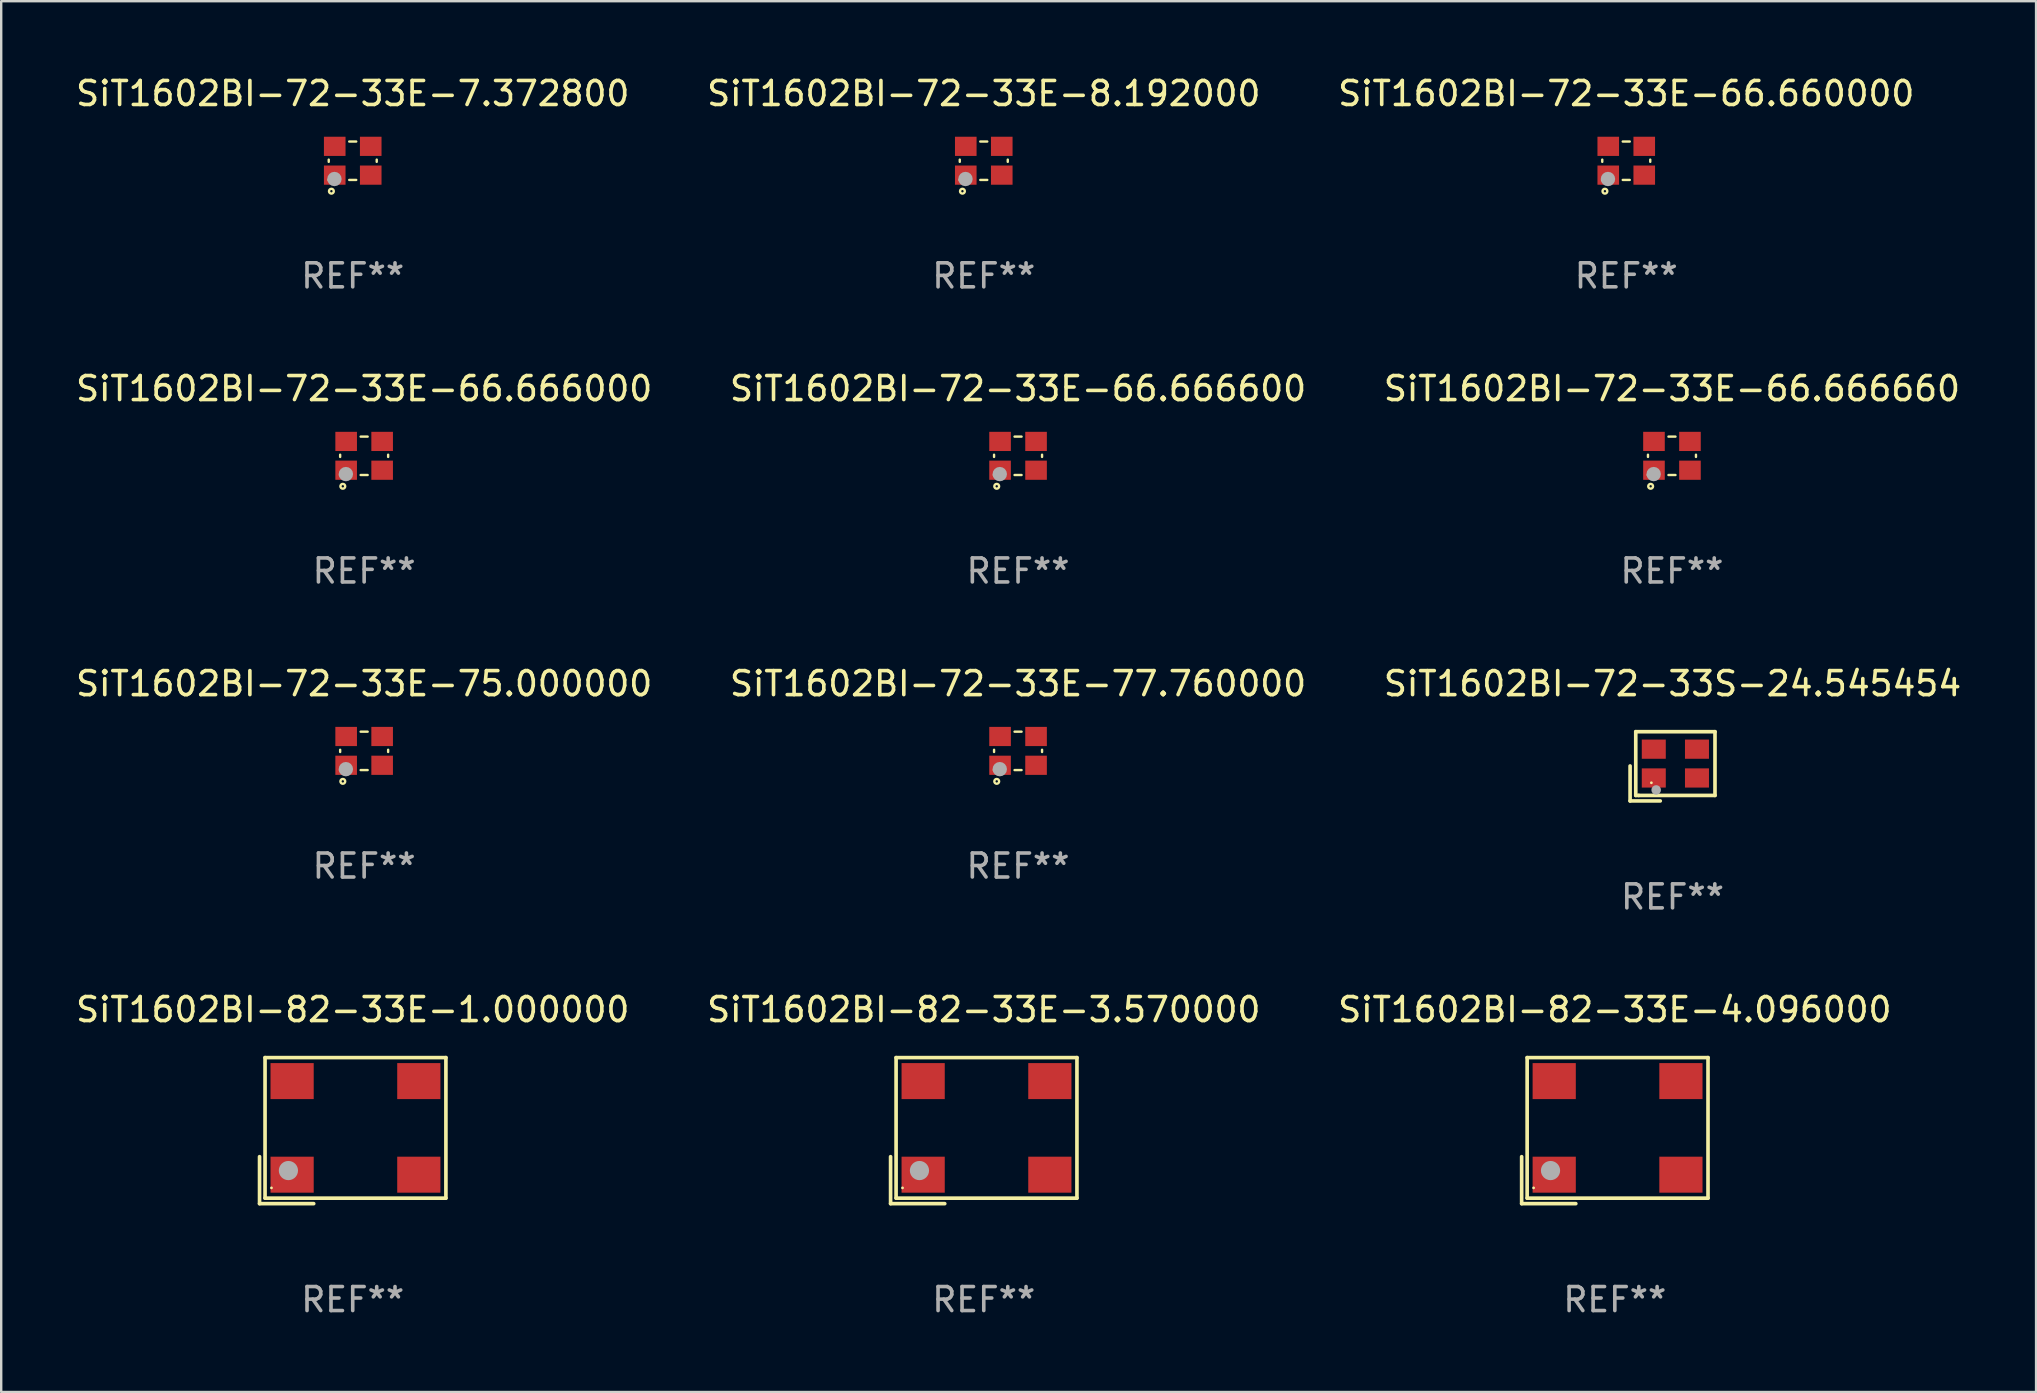
<source format=kicad_pcb>
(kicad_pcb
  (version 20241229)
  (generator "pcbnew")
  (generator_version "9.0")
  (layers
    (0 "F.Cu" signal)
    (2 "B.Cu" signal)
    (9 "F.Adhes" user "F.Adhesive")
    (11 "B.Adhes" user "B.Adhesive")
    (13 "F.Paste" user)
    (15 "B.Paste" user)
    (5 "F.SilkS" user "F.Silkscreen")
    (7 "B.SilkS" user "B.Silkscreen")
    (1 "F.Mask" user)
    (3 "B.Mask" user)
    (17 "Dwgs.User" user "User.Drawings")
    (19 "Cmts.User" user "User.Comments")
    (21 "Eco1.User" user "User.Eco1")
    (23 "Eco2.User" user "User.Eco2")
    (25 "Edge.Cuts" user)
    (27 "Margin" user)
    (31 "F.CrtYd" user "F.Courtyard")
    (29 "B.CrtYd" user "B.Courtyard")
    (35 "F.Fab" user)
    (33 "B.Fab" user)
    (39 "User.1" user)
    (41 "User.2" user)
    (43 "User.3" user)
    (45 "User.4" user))
  (footprint "SiT1602BI-72-33S-24.545454"
    (layer "F.Cu")
    (at 66.649 28.884)
    (property "Reference" "SiT1602BI-72-33S-24.545454" (at 0 -3.443 0) (layer "F.SilkS") (effects (font (size 1 1) (thickness 0.15))))
    (attr through_hole)
    (fp_line (start -1.769 -0.014) (end -1.769 1.443) (stroke (width 0.152) (type solid)) (layer "F.SilkS"))
    (fp_line (start -1.769 1.443) (end -0.512 1.443) (stroke (width 0.152) (type solid)) (layer "F.SilkS"))
    (fp_line (start -1.533 -1.443) (end 1.769 -1.443) (stroke (width 0.152) (type solid)) (layer "F.SilkS"))
    (fp_line (start -1.533 1.214) (end -1.533 -1.443) (stroke (width 0.152) (type solid)) (layer "F.SilkS"))
    (fp_line (start -1.411 1.214) (end -1.533 1.214) (stroke (width 0.152) (type solid)) (layer "F.SilkS"))
    (fp_line (start 1.769 -1.443) (end 1.769 1.214) (stroke (width 0.152) (type solid)) (layer "F.SilkS"))
    (fp_line (start 1.769 1.214) (end -1.411 1.214) (stroke (width 0.152) (type solid)) (layer "F.SilkS"))
    (fp_circle (center -0.882 0.686) (end -0.852 0.686) (stroke (width 0.06) (type solid)) (fill no) (layer "F.SilkS"))
    (fp_circle (center -0.682 0.986) (end -0.582 0.986) (stroke (width 0.2) (type solid)) (fill no) (layer "F.Fab"))
    (fp_text user "REF**" (at 0 5.443 0) (layer "F.Fab") (effects (font (size 1 1) (thickness 0.15))))
    (pad "1" smd rect (at -0.782 0.486 90) (size 0.8 1) (layers "F.Cu" "F.Mask" "F.Paste"))
    (pad "2" smd rect (at 1.018 0.486 90) (size 0.8 1) (layers "F.Cu" "F.Mask" "F.Paste"))
    (pad "3" smd rect (at 1.018 -0.714 90) (size 0.8 1) (layers "F.Cu" "F.Mask" "F.Paste"))
    (pad "4" smd rect (at -0.782 -0.714 90) (size 0.8 1) (layers "F.Cu" "F.Mask" "F.Paste")))
  (footprint "SiT1602BI-72-33E-75.000000"
    (layer "F.Cu")
    (at 12.125 28.241)
    (property "Reference" "SiT1602BI-72-33E-75.000000" (at 0 -2.8 0) (layer "F.SilkS") (effects (font (size 1 1) (thickness 0.15))))
    (attr through_hole)
    (fp_line (start -1 -0.046) (end -1 0.046) (stroke (width 0.1) (type solid)) (layer "F.SilkS"))
    (fp_line (start -0.146 -0.8) (end 0.146 -0.8) (stroke (width 0.1) (type solid)) (layer "F.SilkS"))
    (fp_line (start -0.146 0.8) (end 0.146 0.8) (stroke (width 0.1) (type solid)) (layer "F.SilkS"))
    (fp_line (start 1 -0.046) (end 1 0.046) (stroke (width 0.1) (type solid)) (layer "F.SilkS"))
    (fp_circle (center -1 0.8) (end -0.97 0.8) (stroke (width 0.06) (type solid)) (fill no) (layer "F.SilkS"))
    (fp_circle (center -0.889 1.27) (end -0.789 1.27) (stroke (width 0.1) (type solid)) (fill no) (layer "F.SilkS"))
    (fp_circle (center -0.762 0.762) (end -0.612 0.762) (stroke (width 0.3) (type solid)) (fill no) (layer "F.Fab"))
    (fp_text user "REF**" (at 0 4.8 0) (layer "F.Fab") (effects (font (size 1 1) (thickness 0.15))))
    (pad "1" smd rect (at -0.75 0.6) (size 0.9 0.8) (layers "F.Cu" "F.Mask" "F.Paste"))
    (pad "2" smd rect (at 0.75 0.6) (size 0.9 0.8) (layers "F.Cu" "F.Mask" "F.Paste"))
    (pad "3" smd rect (at 0.75 -0.6) (size 0.9 0.8) (layers "F.Cu" "F.Mask" "F.Paste"))
    (pad "4" smd rect (at -0.75 -0.6) (size 0.9 0.8) (layers "F.Cu" "F.Mask" "F.Paste")))
  (footprint "SiT1602BI-72-33E-8.192000"
    (layer "F.Cu")
    (at 37.946 3.648)
    (property "Reference" "SiT1602BI-72-33E-8.192000" (at 0 -2.8 0) (layer "F.SilkS") (effects (font (size 1 1) (thickness 0.15))))
    (attr through_hole)
    (fp_line (start -1 -0.046) (end -1 0.046) (stroke (width 0.1) (type solid)) (layer "F.SilkS"))
    (fp_line (start -0.146 -0.8) (end 0.146 -0.8) (stroke (width 0.1) (type solid)) (layer "F.SilkS"))
    (fp_line (start -0.146 0.8) (end 0.146 0.8) (stroke (width 0.1) (type solid)) (layer "F.SilkS"))
    (fp_line (start 1 -0.046) (end 1 0.046) (stroke (width 0.1) (type solid)) (layer "F.SilkS"))
    (fp_circle (center -1 0.8) (end -0.97 0.8) (stroke (width 0.06) (type solid)) (fill no) (layer "F.SilkS"))
    (fp_circle (center -0.889 1.27) (end -0.789 1.27) (stroke (width 0.1) (type solid)) (fill no) (layer "F.SilkS"))
    (fp_circle (center -0.762 0.762) (end -0.612 0.762) (stroke (width 0.3) (type solid)) (fill no) (layer "F.Fab"))
    (fp_text user "REF**" (at 0 4.8 0) (layer "F.Fab") (effects (font (size 1 1) (thickness 0.15))))
    (pad "1" smd rect (at -0.75 0.6) (size 0.9 0.8) (layers "F.Cu" "F.Mask" "F.Paste"))
    (pad "2" smd rect (at 0.75 0.6) (size 0.9 0.8) (layers "F.Cu" "F.Mask" "F.Paste"))
    (pad "3" smd rect (at 0.75 -0.6) (size 0.9 0.8) (layers "F.Cu" "F.Mask" "F.Paste"))
    (pad "4" smd rect (at -0.75 -0.6) (size 0.9 0.8) (layers "F.Cu" "F.Mask" "F.Paste")))
  (footprint "SiT1602BI-72-33E-66.660000"
    (layer "F.Cu")
    (at 64.72 3.648)
    (property "Reference" "SiT1602BI-72-33E-66.660000" (at 0 -2.8 0) (layer "F.SilkS") (effects (font (size 1 1) (thickness 0.15))))
    (attr through_hole)
    (fp_line (start -1 -0.046) (end -1 0.046) (stroke (width 0.1) (type solid)) (layer "F.SilkS"))
    (fp_line (start -0.146 -0.8) (end 0.146 -0.8) (stroke (width 0.1) (type solid)) (layer "F.SilkS"))
    (fp_line (start -0.146 0.8) (end 0.146 0.8) (stroke (width 0.1) (type solid)) (layer "F.SilkS"))
    (fp_line (start 1 -0.046) (end 1 0.046) (stroke (width 0.1) (type solid)) (layer "F.SilkS"))
    (fp_circle (center -1 0.8) (end -0.97 0.8) (stroke (width 0.06) (type solid)) (fill no) (layer "F.SilkS"))
    (fp_circle (center -0.889 1.27) (end -0.789 1.27) (stroke (width 0.1) (type solid)) (fill no) (layer "F.SilkS"))
    (fp_circle (center -0.762 0.762) (end -0.612 0.762) (stroke (width 0.3) (type solid)) (fill no) (layer "F.Fab"))
    (fp_text user "REF**" (at 0 4.8 0) (layer "F.Fab") (effects (font (size 1 1) (thickness 0.15))))
    (pad "1" smd rect (at -0.75 0.6) (size 0.9 0.8) (layers "F.Cu" "F.Mask" "F.Paste"))
    (pad "2" smd rect (at 0.75 0.6) (size 0.9 0.8) (layers "F.Cu" "F.Mask" "F.Paste"))
    (pad "3" smd rect (at 0.75 -0.6) (size 0.9 0.8) (layers "F.Cu" "F.Mask" "F.Paste"))
    (pad "4" smd rect (at -0.75 -0.6) (size 0.9 0.8) (layers "F.Cu" "F.Mask" "F.Paste")))
  (footprint "SiT1602BI-82-33E-3.570000"
    (layer "F.Cu")
    (at 37.946 44.066)
    (property "Reference" "SiT1602BI-82-33E-3.570000" (at 0 -5.043 0) (layer "F.SilkS") (effects (font (size 1 1) (thickness 0.15))))
    (attr through_hole)
    (fp_line (start -3.883 1.086) (end -3.883 3.043) (stroke (width 0.152) (type solid)) (layer "F.SilkS"))
    (fp_line (start -3.883 3.043) (end -1.626 3.043) (stroke (width 0.152) (type solid)) (layer "F.SilkS"))
    (fp_line (start -3.654 -3.043) (end 3.883 -3.043) (stroke (width 0.152) (type solid)) (layer "F.SilkS"))
    (fp_line (start -3.654 2.814) (end -3.654 -3.043) (stroke (width 0.152) (type solid)) (layer "F.SilkS"))
    (fp_line (start 3.883 -3.043) (end 3.883 2.814) (stroke (width 0.152) (type solid)) (layer "F.SilkS"))
    (fp_line (start 3.883 2.814) (end -3.654 2.814) (stroke (width 0.152) (type solid)) (layer "F.SilkS"))
    (fp_circle (center -3.386 2.386) (end -3.356 2.386) (stroke (width 0.06) (type solid)) (fill no) (layer "F.SilkS"))
    (fp_circle (center -2.68 1.664) (end -2.48 1.664) (stroke (width 0.4) (type solid)) (fill no) (layer "F.Fab"))
    (fp_text user "REF**" (at 0 7.043 0) (layer "F.Fab") (effects (font (size 1 1) (thickness 0.15))))
    (pad "1" smd rect (at -2.526 1.836) (size 1.8 1.5) (layers "F.Cu" "F.Mask" "F.Paste"))
    (pad "2" smd rect (at 2.754 1.836) (size 1.8 1.5) (layers "F.Cu" "F.Mask" "F.Paste"))
    (pad "3" smd rect (at 2.754 -2.064) (size 1.8 1.5) (layers "F.Cu" "F.Mask" "F.Paste"))
    (pad "4" smd rect (at -2.526 -2.064) (size 1.8 1.5) (layers "F.Cu" "F.Mask" "F.Paste")))
  (footprint "SiT1602BI-72-33E-66.666660"
    (layer "F.Cu")
    (at 66.625 15.945)
    (property "Reference" "SiT1602BI-72-33E-66.666660" (at 0 -2.8 0) (layer "F.SilkS") (effects (font (size 1 1) (thickness 0.15))))
    (attr through_hole)
    (fp_line (start -1 -0.046) (end -1 0.046) (stroke (width 0.1) (type solid)) (layer "F.SilkS"))
    (fp_line (start -0.146 -0.8) (end 0.146 -0.8) (stroke (width 0.1) (type solid)) (layer "F.SilkS"))
    (fp_line (start -0.146 0.8) (end 0.146 0.8) (stroke (width 0.1) (type solid)) (layer "F.SilkS"))
    (fp_line (start 1 -0.046) (end 1 0.046) (stroke (width 0.1) (type solid)) (layer "F.SilkS"))
    (fp_circle (center -1 0.8) (end -0.97 0.8) (stroke (width 0.06) (type solid)) (fill no) (layer "F.SilkS"))
    (fp_circle (center -0.889 1.27) (end -0.789 1.27) (stroke (width 0.1) (type solid)) (fill no) (layer "F.SilkS"))
    (fp_circle (center -0.762 0.762) (end -0.612 0.762) (stroke (width 0.3) (type solid)) (fill no) (layer "F.Fab"))
    (fp_text user "REF**" (at 0 4.8 0) (layer "F.Fab") (effects (font (size 1 1) (thickness 0.15))))
    (pad "1" smd rect (at -0.75 0.6) (size 0.9 0.8) (layers "F.Cu" "F.Mask" "F.Paste"))
    (pad "2" smd rect (at 0.75 0.6) (size 0.9 0.8) (layers "F.Cu" "F.Mask" "F.Paste"))
    (pad "3" smd rect (at 0.75 -0.6) (size 0.9 0.8) (layers "F.Cu" "F.Mask" "F.Paste"))
    (pad "4" smd rect (at -0.75 -0.6) (size 0.9 0.8) (layers "F.Cu" "F.Mask" "F.Paste")))
  (footprint "SiT1602BI-82-33E-4.096000"
    (layer "F.Cu")
    (at 64.244 44.066)
    (property "Reference" "SiT1602BI-82-33E-4.096000" (at 0 -5.043 0) (layer "F.SilkS") (effects (font (size 1 1) (thickness 0.15))))
    (attr through_hole)
    (fp_line (start -3.883 1.086) (end -3.883 3.043) (stroke (width 0.152) (type solid)) (layer "F.SilkS"))
    (fp_line (start -3.883 3.043) (end -1.626 3.043) (stroke (width 0.152) (type solid)) (layer "F.SilkS"))
    (fp_line (start -3.654 -3.043) (end 3.883 -3.043) (stroke (width 0.152) (type solid)) (layer "F.SilkS"))
    (fp_line (start -3.654 2.814) (end -3.654 -3.043) (stroke (width 0.152) (type solid)) (layer "F.SilkS"))
    (fp_line (start 3.883 -3.043) (end 3.883 2.814) (stroke (width 0.152) (type solid)) (layer "F.SilkS"))
    (fp_line (start 3.883 2.814) (end -3.654 2.814) (stroke (width 0.152) (type solid)) (layer "F.SilkS"))
    (fp_circle (center -3.386 2.386) (end -3.356 2.386) (stroke (width 0.06) (type solid)) (fill no) (layer "F.SilkS"))
    (fp_circle (center -2.68 1.664) (end -2.48 1.664) (stroke (width 0.4) (type solid)) (fill no) (layer "F.Fab"))
    (fp_text user "REF**" (at 0 7.043 0) (layer "F.Fab") (effects (font (size 1 1) (thickness 0.15))))
    (pad "1" smd rect (at -2.526 1.836) (size 1.8 1.5) (layers "F.Cu" "F.Mask" "F.Paste"))
    (pad "2" smd rect (at 2.754 1.836) (size 1.8 1.5) (layers "F.Cu" "F.Mask" "F.Paste"))
    (pad "3" smd rect (at 2.754 -2.064) (size 1.8 1.5) (layers "F.Cu" "F.Mask" "F.Paste"))
    (pad "4" smd rect (at -2.526 -2.064) (size 1.8 1.5) (layers "F.Cu" "F.Mask" "F.Paste")))
  (footprint "SiT1602BI-72-33E-77.760000"
    (layer "F.Cu")
    (at 39.375 28.241)
    (property "Reference" "SiT1602BI-72-33E-77.760000" (at 0 -2.8 0) (layer "F.SilkS") (effects (font (size 1 1) (thickness 0.15))))
    (attr through_hole)
    (fp_line (start -1 -0.046) (end -1 0.046) (stroke (width 0.1) (type solid)) (layer "F.SilkS"))
    (fp_line (start -0.146 -0.8) (end 0.146 -0.8) (stroke (width 0.1) (type solid)) (layer "F.SilkS"))
    (fp_line (start -0.146 0.8) (end 0.146 0.8) (stroke (width 0.1) (type solid)) (layer "F.SilkS"))
    (fp_line (start 1 -0.046) (end 1 0.046) (stroke (width 0.1) (type solid)) (layer "F.SilkS"))
    (fp_circle (center -1 0.8) (end -0.97 0.8) (stroke (width 0.06) (type solid)) (fill no) (layer "F.SilkS"))
    (fp_circle (center -0.889 1.27) (end -0.789 1.27) (stroke (width 0.1) (type solid)) (fill no) (layer "F.SilkS"))
    (fp_circle (center -0.762 0.762) (end -0.612 0.762) (stroke (width 0.3) (type solid)) (fill no) (layer "F.Fab"))
    (fp_text user "REF**" (at 0 4.8 0) (layer "F.Fab") (effects (font (size 1 1) (thickness 0.15))))
    (pad "1" smd rect (at -0.75 0.6) (size 0.9 0.8) (layers "F.Cu" "F.Mask" "F.Paste"))
    (pad "2" smd rect (at 0.75 0.6) (size 0.9 0.8) (layers "F.Cu" "F.Mask" "F.Paste"))
    (pad "3" smd rect (at 0.75 -0.6) (size 0.9 0.8) (layers "F.Cu" "F.Mask" "F.Paste"))
    (pad "4" smd rect (at -0.75 -0.6) (size 0.9 0.8) (layers "F.Cu" "F.Mask" "F.Paste")))
  (footprint "SiT1602BI-72-33E-7.372800"
    (layer "F.Cu")
    (at 11.649 3.648)
    (property "Reference" "SiT1602BI-72-33E-7.372800" (at 0 -2.8 0) (layer "F.SilkS") (effects (font (size 1 1) (thickness 0.15))))
    (attr through_hole)
    (fp_line (start -1 -0.046) (end -1 0.046) (stroke (width 0.1) (type solid)) (layer "F.SilkS"))
    (fp_line (start -0.146 -0.8) (end 0.146 -0.8) (stroke (width 0.1) (type solid)) (layer "F.SilkS"))
    (fp_line (start -0.146 0.8) (end 0.146 0.8) (stroke (width 0.1) (type solid)) (layer "F.SilkS"))
    (fp_line (start 1 -0.046) (end 1 0.046) (stroke (width 0.1) (type solid)) (layer "F.SilkS"))
    (fp_circle (center -1 0.8) (end -0.97 0.8) (stroke (width 0.06) (type solid)) (fill no) (layer "F.SilkS"))
    (fp_circle (center -0.889 1.27) (end -0.789 1.27) (stroke (width 0.1) (type solid)) (fill no) (layer "F.SilkS"))
    (fp_circle (center -0.762 0.762) (end -0.612 0.762) (stroke (width 0.3) (type solid)) (fill no) (layer "F.Fab"))
    (fp_text user "REF**" (at 0 4.8 0) (layer "F.Fab") (effects (font (size 1 1) (thickness 0.15))))
    (pad "1" smd rect (at -0.75 0.6) (size 0.9 0.8) (layers "F.Cu" "F.Mask" "F.Paste"))
    (pad "2" smd rect (at 0.75 0.6) (size 0.9 0.8) (layers "F.Cu" "F.Mask" "F.Paste"))
    (pad "3" smd rect (at 0.75 -0.6) (size 0.9 0.8) (layers "F.Cu" "F.Mask" "F.Paste"))
    (pad "4" smd rect (at -0.75 -0.6) (size 0.9 0.8) (layers "F.Cu" "F.Mask" "F.Paste")))
  (footprint "SiT1602BI-72-33E-66.666000"
    (layer "F.Cu")
    (at 12.125 15.945)
    (property "Reference" "SiT1602BI-72-33E-66.666000" (at 0 -2.8 0) (layer "F.SilkS") (effects (font (size 1 1) (thickness 0.15))))
    (attr through_hole)
    (fp_line (start -1 -0.046) (end -1 0.046) (stroke (width 0.1) (type solid)) (layer "F.SilkS"))
    (fp_line (start -0.146 -0.8) (end 0.146 -0.8) (stroke (width 0.1) (type solid)) (layer "F.SilkS"))
    (fp_line (start -0.146 0.8) (end 0.146 0.8) (stroke (width 0.1) (type solid)) (layer "F.SilkS"))
    (fp_line (start 1 -0.046) (end 1 0.046) (stroke (width 0.1) (type solid)) (layer "F.SilkS"))
    (fp_circle (center -1 0.8) (end -0.97 0.8) (stroke (width 0.06) (type solid)) (fill no) (layer "F.SilkS"))
    (fp_circle (center -0.889 1.27) (end -0.789 1.27) (stroke (width 0.1) (type solid)) (fill no) (layer "F.SilkS"))
    (fp_circle (center -0.762 0.762) (end -0.612 0.762) (stroke (width 0.3) (type solid)) (fill no) (layer "F.Fab"))
    (fp_text user "REF**" (at 0 4.8 0) (layer "F.Fab") (effects (font (size 1 1) (thickness 0.15))))
    (pad "1" smd rect (at -0.75 0.6) (size 0.9 0.8) (layers "F.Cu" "F.Mask" "F.Paste"))
    (pad "2" smd rect (at 0.75 0.6) (size 0.9 0.8) (layers "F.Cu" "F.Mask" "F.Paste"))
    (pad "3" smd rect (at 0.75 -0.6) (size 0.9 0.8) (layers "F.Cu" "F.Mask" "F.Paste"))
    (pad "4" smd rect (at -0.75 -0.6) (size 0.9 0.8) (layers "F.Cu" "F.Mask" "F.Paste")))
  (footprint "SiT1602BI-72-33E-66.666600"
    (layer "F.Cu")
    (at 39.375 15.945)
    (property "Reference" "SiT1602BI-72-33E-66.666600" (at 0 -2.8 0) (layer "F.SilkS") (effects (font (size 1 1) (thickness 0.15))))
    (attr through_hole)
    (fp_line (start -1 -0.046) (end -1 0.046) (stroke (width 0.1) (type solid)) (layer "F.SilkS"))
    (fp_line (start -0.146 -0.8) (end 0.146 -0.8) (stroke (width 0.1) (type solid)) (layer "F.SilkS"))
    (fp_line (start -0.146 0.8) (end 0.146 0.8) (stroke (width 0.1) (type solid)) (layer "F.SilkS"))
    (fp_line (start 1 -0.046) (end 1 0.046) (stroke (width 0.1) (type solid)) (layer "F.SilkS"))
    (fp_circle (center -1 0.8) (end -0.97 0.8) (stroke (width 0.06) (type solid)) (fill no) (layer "F.SilkS"))
    (fp_circle (center -0.889 1.27) (end -0.789 1.27) (stroke (width 0.1) (type solid)) (fill no) (layer "F.SilkS"))
    (fp_circle (center -0.762 0.762) (end -0.612 0.762) (stroke (width 0.3) (type solid)) (fill no) (layer "F.Fab"))
    (fp_text user "REF**" (at 0 4.8 0) (layer "F.Fab") (effects (font (size 1 1) (thickness 0.15))))
    (pad "1" smd rect (at -0.75 0.6) (size 0.9 0.8) (layers "F.Cu" "F.Mask" "F.Paste"))
    (pad "2" smd rect (at 0.75 0.6) (size 0.9 0.8) (layers "F.Cu" "F.Mask" "F.Paste"))
    (pad "3" smd rect (at 0.75 -0.6) (size 0.9 0.8) (layers "F.Cu" "F.Mask" "F.Paste"))
    (pad "4" smd rect (at -0.75 -0.6) (size 0.9 0.8) (layers "F.Cu" "F.Mask" "F.Paste")))
  (footprint "SiT1602BI-82-33E-1.000000"
    (layer "F.Cu")
    (at 11.649 44.066)
    (property "Reference" "SiT1602BI-82-33E-1.000000" (at 0 -5.043 0) (layer "F.SilkS") (effects (font (size 1 1) (thickness 0.15))))
    (attr through_hole)
    (fp_line (start -3.883 1.086) (end -3.883 3.043) (stroke (width 0.152) (type solid)) (layer "F.SilkS"))
    (fp_line (start -3.883 3.043) (end -1.626 3.043) (stroke (width 0.152) (type solid)) (layer "F.SilkS"))
    (fp_line (start -3.654 -3.043) (end 3.883 -3.043) (stroke (width 0.152) (type solid)) (layer "F.SilkS"))
    (fp_line (start -3.654 2.814) (end -3.654 -3.043) (stroke (width 0.152) (type solid)) (layer "F.SilkS"))
    (fp_line (start 3.883 -3.043) (end 3.883 2.814) (stroke (width 0.152) (type solid)) (layer "F.SilkS"))
    (fp_line (start 3.883 2.814) (end -3.654 2.814) (stroke (width 0.152) (type solid)) (layer "F.SilkS"))
    (fp_circle (center -3.386 2.386) (end -3.356 2.386) (stroke (width 0.06) (type solid)) (fill no) (layer "F.SilkS"))
    (fp_circle (center -2.68 1.664) (end -2.48 1.664) (stroke (width 0.4) (type solid)) (fill no) (layer "F.Fab"))
    (fp_text user "REF**" (at 0 7.043 0) (layer "F.Fab") (effects (font (size 1 1) (thickness 0.15))))
    (pad "1" smd rect (at -2.526 1.836) (size 1.8 1.5) (layers "F.Cu" "F.Mask" "F.Paste"))
    (pad "2" smd rect (at 2.754 1.836) (size 1.8 1.5) (layers "F.Cu" "F.Mask" "F.Paste"))
    (pad "3" smd rect (at 2.754 -2.064) (size 1.8 1.5) (layers "F.Cu" "F.Mask" "F.Paste"))
    (pad "4" smd rect (at -2.526 -2.064) (size 1.8 1.5) (layers "F.Cu" "F.Mask" "F.Paste")))
  (gr_rect
    (start -3 -3)
    (end 81.798 54.957)
    (stroke (width 0.1) (type default))
    (fill no)
    (layer "Edge.Cuts")))
</source>
